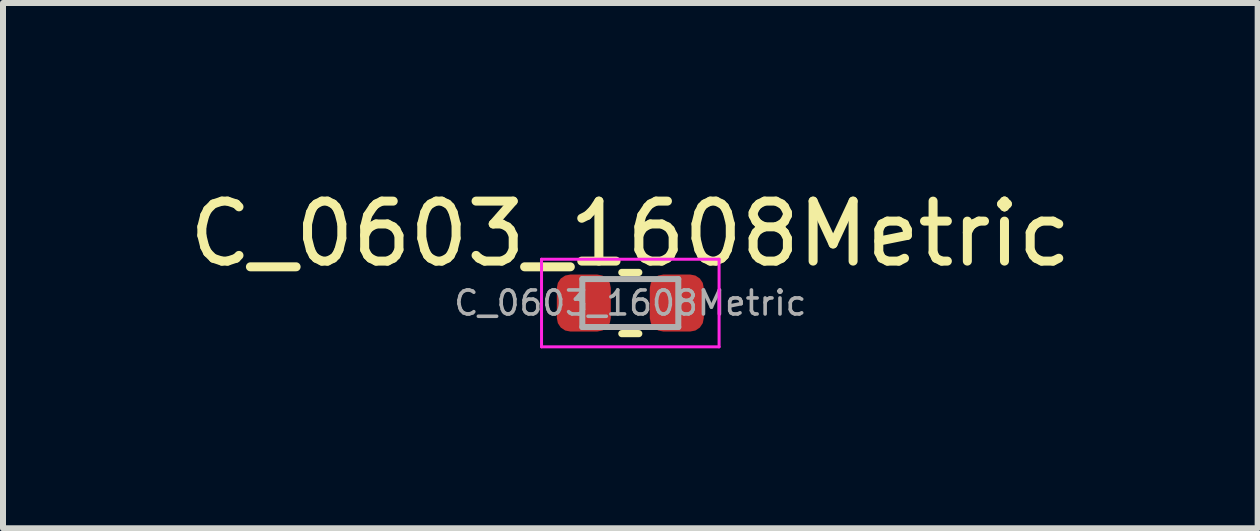
<source format=kicad_pcb>
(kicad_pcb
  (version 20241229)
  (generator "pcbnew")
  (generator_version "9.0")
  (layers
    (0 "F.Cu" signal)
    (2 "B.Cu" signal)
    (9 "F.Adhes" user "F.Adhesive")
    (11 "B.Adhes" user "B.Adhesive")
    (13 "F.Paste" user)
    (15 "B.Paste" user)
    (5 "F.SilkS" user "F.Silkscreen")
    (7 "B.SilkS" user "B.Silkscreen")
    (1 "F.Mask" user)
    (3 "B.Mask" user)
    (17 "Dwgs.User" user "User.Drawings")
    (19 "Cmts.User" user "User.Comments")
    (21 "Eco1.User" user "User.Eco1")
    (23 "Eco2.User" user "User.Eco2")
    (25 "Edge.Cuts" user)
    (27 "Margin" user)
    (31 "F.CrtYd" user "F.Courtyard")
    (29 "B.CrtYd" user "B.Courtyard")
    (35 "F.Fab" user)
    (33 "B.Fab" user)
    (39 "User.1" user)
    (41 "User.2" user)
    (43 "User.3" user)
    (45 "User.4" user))
  (footprint "C_0603_1608Metric"
    (layer "F.Cu")
    (at 7.458 2.002)
    (property "Reference" "C_0603_1608Metric" (at 0 -1.154 0) (layer "F.SilkS") (effects (font (size 1 1) (thickness 0.15))))
    (attr smd)
    (fp_line (start -0.141 -0.51) (end 0.141 -0.51) (stroke (width 0.12) (type solid)) (layer "F.SilkS"))
    (fp_line (start -0.141 0.51) (end 0.141 0.51) (stroke (width 0.12) (type solid)) (layer "F.SilkS"))
    (fp_line (start -1.48 -0.73) (end 1.48 -0.73) (stroke (width 0.05) (type solid)) (layer "F.CrtYd"))
    (fp_line (start -1.48 0.73) (end -1.48 -0.73) (stroke (width 0.05) (type solid)) (layer "F.CrtYd"))
    (fp_line (start 1.48 -0.73) (end 1.48 0.73) (stroke (width 0.05) (type solid)) (layer "F.CrtYd"))
    (fp_line (start 1.48 0.73) (end -1.48 0.73) (stroke (width 0.05) (type solid)) (layer "F.CrtYd"))
    (fp_line (start -0.8 -0.4) (end 0.8 -0.4) (stroke (width 0.1) (type solid)) (layer "F.Fab"))
    (fp_line (start -0.8 0.4) (end -0.8 -0.4) (stroke (width 0.1) (type solid)) (layer "F.Fab"))
    (fp_line (start 0.8 -0.4) (end 0.8 0.4) (stroke (width 0.1) (type solid)) (layer "F.Fab"))
    (fp_line (start 0.8 0.4) (end -0.8 0.4) (stroke (width 0.1) (type solid)) (layer "F.Fab"))
    (fp_text user "${REFERENCE}" (at 0 0 0) (layer "F.Fab") (effects (font (size 0.4 0.4) (thickness 0.06))))
    (pad "1" smd roundrect (at -0.775 0 180) (size 0.9 0.95) (layers "F.Cu" "F.Mask" "F.Paste") (roundrect_rratio 0.25))
    (pad "2" smd roundrect (at 0.775 0 180) (size 0.9 0.95) (layers "F.Cu" "F.Mask" "F.Paste") (roundrect_rratio 0.25)))
  (gr_rect
    (start -3 -3)
    (end 17.917 5.757)
    (stroke (width 0.1) (type default))
    (fill no)
    (layer "Edge.Cuts")))
</source>
